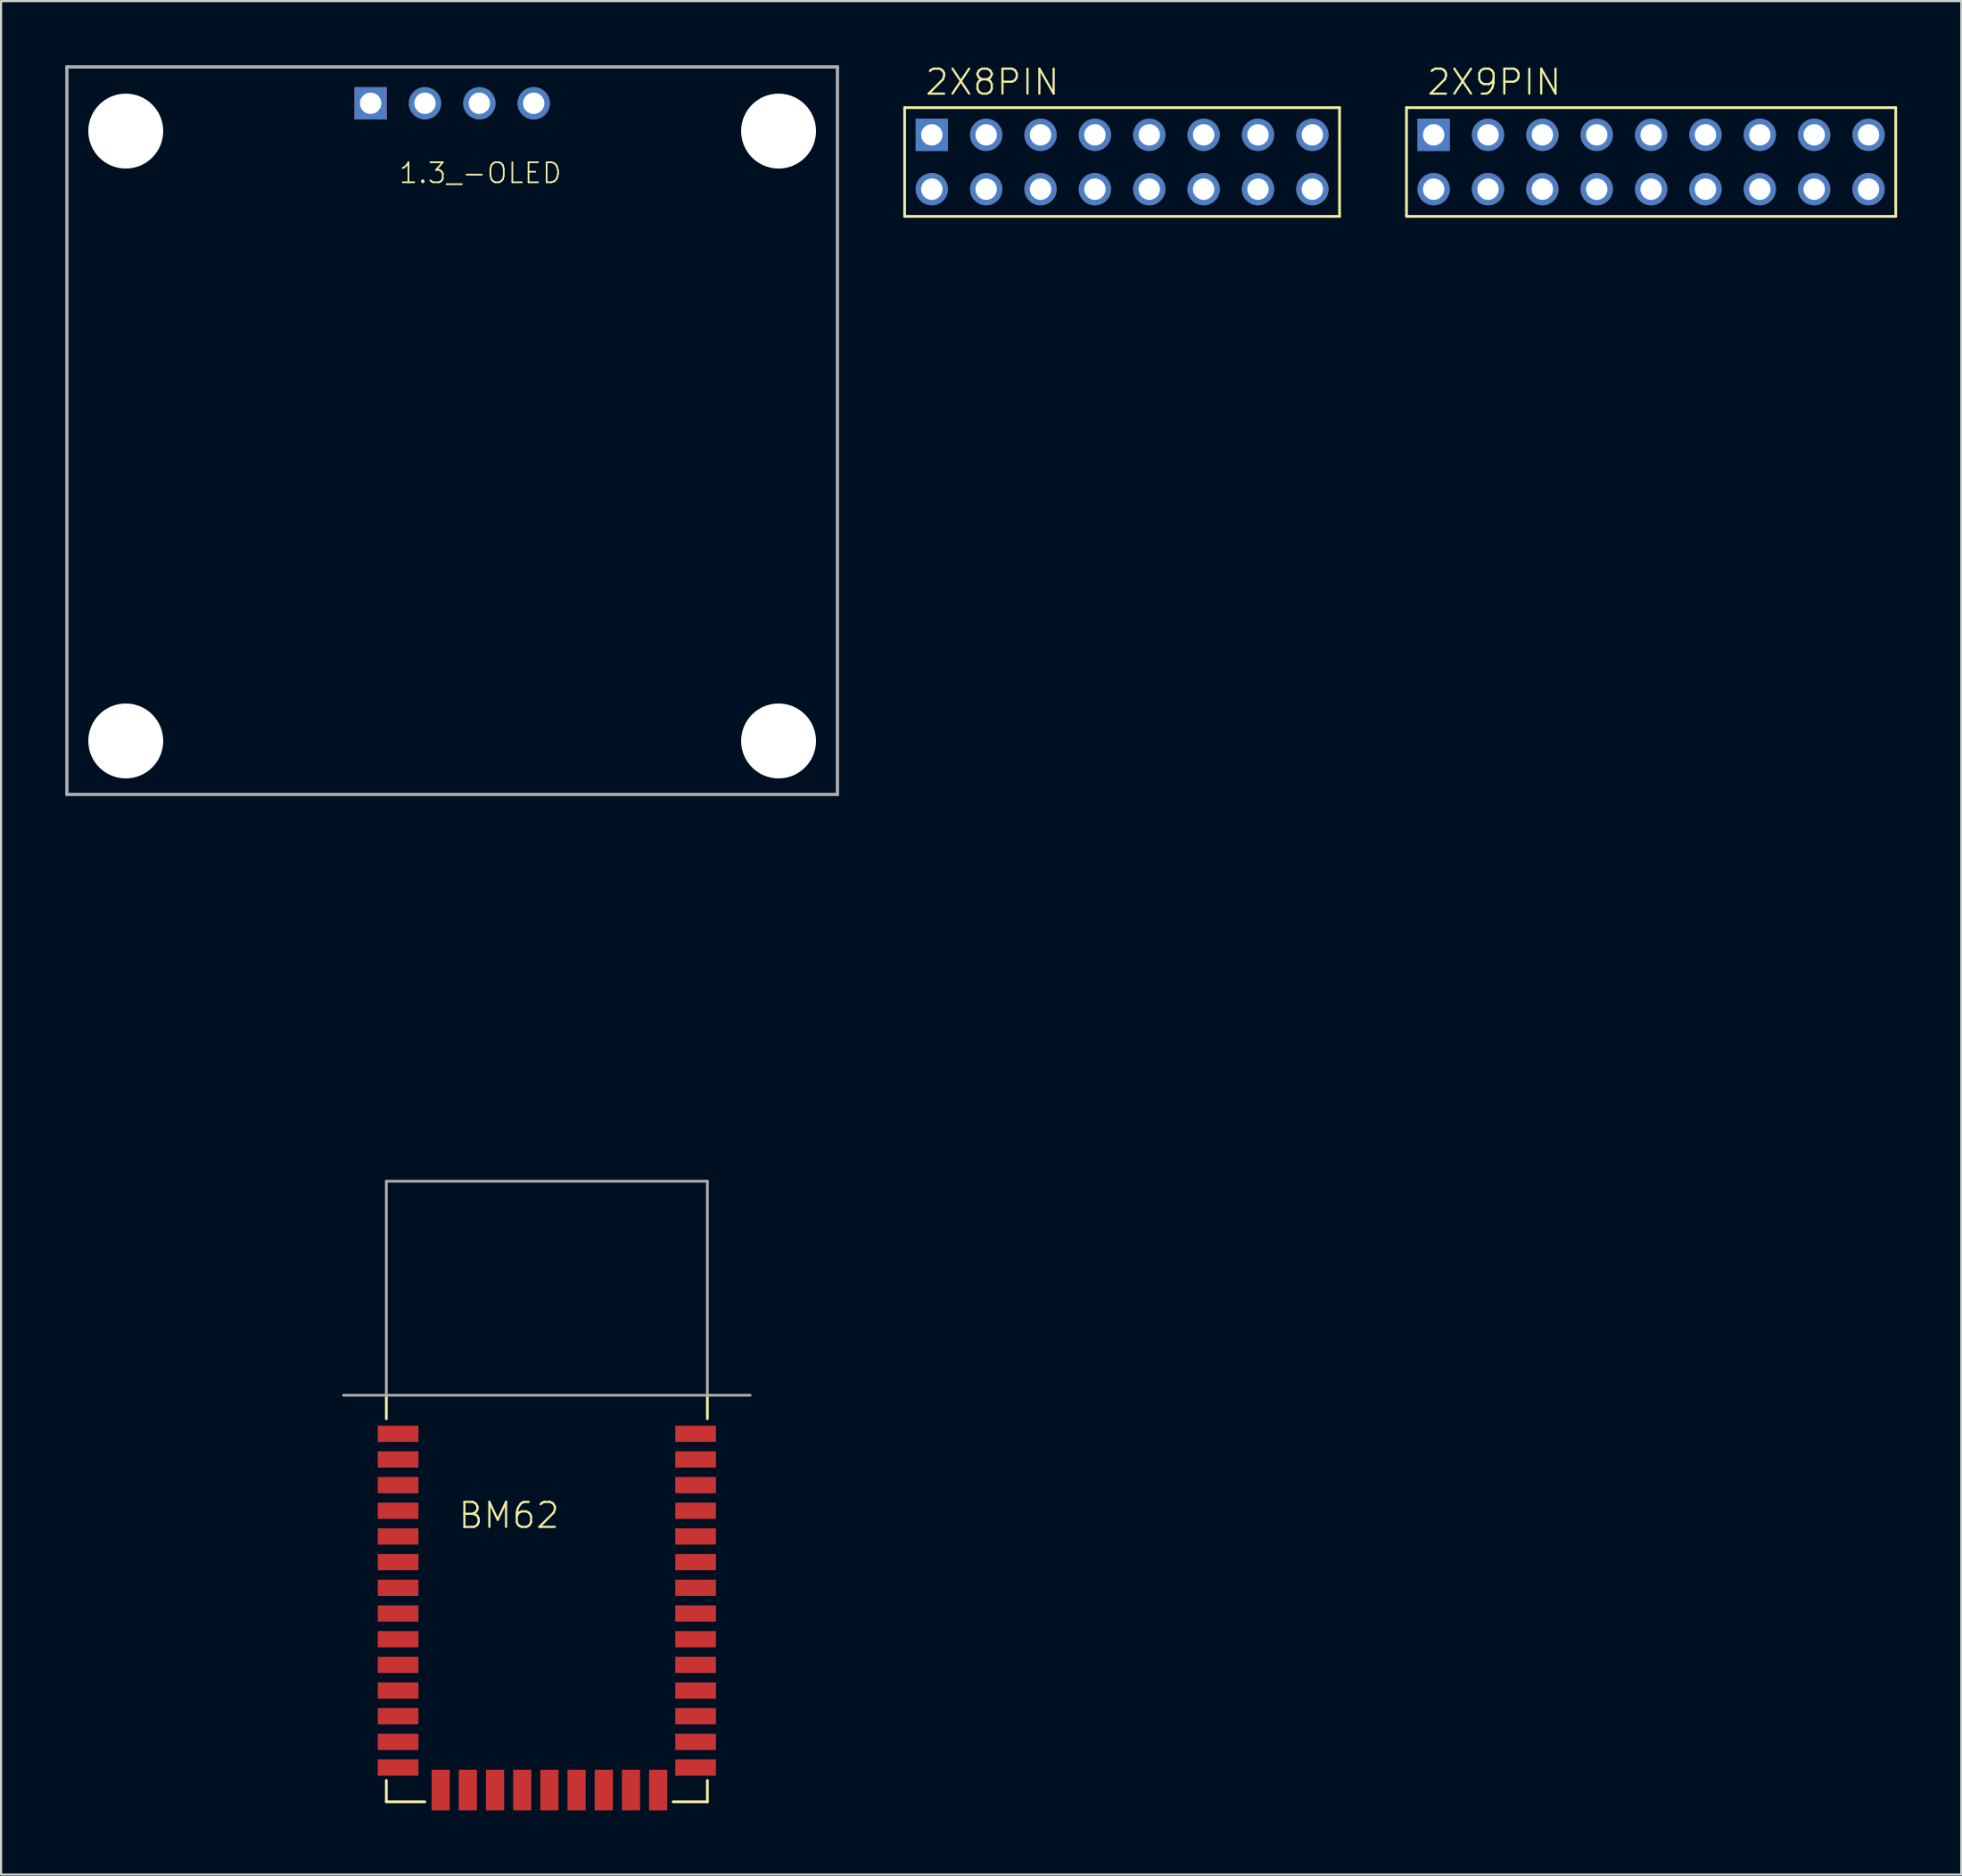
<source format=kicad_pcb>
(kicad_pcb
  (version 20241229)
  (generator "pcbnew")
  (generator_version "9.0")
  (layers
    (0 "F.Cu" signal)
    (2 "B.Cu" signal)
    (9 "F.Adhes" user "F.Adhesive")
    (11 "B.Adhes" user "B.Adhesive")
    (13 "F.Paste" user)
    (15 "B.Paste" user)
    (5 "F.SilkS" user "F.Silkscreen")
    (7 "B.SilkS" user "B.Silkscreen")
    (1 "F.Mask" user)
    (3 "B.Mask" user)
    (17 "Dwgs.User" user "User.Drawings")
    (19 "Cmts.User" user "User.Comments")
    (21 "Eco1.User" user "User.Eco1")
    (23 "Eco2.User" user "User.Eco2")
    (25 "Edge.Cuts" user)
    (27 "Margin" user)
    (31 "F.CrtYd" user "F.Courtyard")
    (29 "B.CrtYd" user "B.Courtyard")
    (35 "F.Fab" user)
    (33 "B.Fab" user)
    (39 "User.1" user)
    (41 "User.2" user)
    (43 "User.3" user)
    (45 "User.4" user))
  (footprint "1.3_-OLED"
    (layer "F.Cu")
    (at 18.076 1.776)
    (property "Reference" "1.3_-OLED" (at -2.54 3.81 0) (layer "F.SilkS") (effects (font (size 0.935 0.935) (thickness 0.081)) (justify left bottom)))
    (fp_line (start -18 -1.7) (end 18 -1.7) (stroke (width 0.152) (type solid)) (layer "F.Fab"))
    (fp_line (start -18 32.3) (end -18 -1.7) (stroke (width 0.152) (type solid)) (layer "F.Fab"))
    (fp_line (start 18 -1.7) (end 18 32.3) (stroke (width 0.152) (type solid)) (layer "F.Fab"))
    (fp_line (start 18 32.3) (end -18 32.3) (stroke (width 0.152) (type solid)) (layer "F.Fab"))
    (pad "" np_thru_hole circle (at -15.25 1.3) (size 3.5 3.5) (drill 3.5) (layers "*.Cu" "*.Mask"))
    (pad "" np_thru_hole circle (at -15.25 29.8) (size 3.5 3.5) (drill 3.5) (layers "*.Cu" "*.Mask"))
    (pad "" np_thru_hole circle (at 15.25 1.3) (size 3.5 3.5) (drill 3.5) (layers "*.Cu" "*.Mask"))
    (pad "" np_thru_hole circle (at 15.25 29.8) (size 3.5 3.5) (drill 3.5) (layers "*.Cu" "*.Mask"))
    (pad "1" thru_hole rect (at -3.81 0) (size 1.508 1.508) (drill 1) (layers "*.Cu" "*.Mask"))
    (pad "2" thru_hole circle (at -1.27 0) (size 1.508 1.508) (drill 1) (layers "*.Cu" "*.Mask"))
    (pad "3" thru_hole circle (at 1.27 0) (size 1.508 1.508) (drill 1) (layers "*.Cu" "*.Mask"))
    (pad "4" thru_hole circle (at 3.81 0) (size 1.508 1.508) (drill 1) (layers "*.Cu" "*.Mask")))
  (footprint "2X8PIN"
    (layer "F.Cu")
    (at 49.376 4.521)
    (property "Reference" "2X8PIN" (at -9.271 -3.048 0) (layer "F.SilkS") (effects (font (size 1.168 1.168) (thickness 0.102)) (justify left bottom)))
    (fp_line (start -10.16 -2.54) (end -10.16 2.54) (stroke (width 0.127) (type solid)) (layer "F.SilkS"))
    (fp_line (start -10.16 2.54) (end 10.16 2.54) (stroke (width 0.127) (type solid)) (layer "F.SilkS"))
    (fp_line (start 10.16 -2.54) (end -10.16 -2.54) (stroke (width 0.127) (type solid)) (layer "F.SilkS"))
    (fp_line (start 10.16 2.54) (end 10.16 -2.54) (stroke (width 0.127) (type solid)) (layer "F.SilkS"))
    (pad "1" thru_hole rect (at -8.89 -1.27) (size 1.508 1.508) (drill 1) (layers "*.Cu" "*.Mask"))
    (pad "2" thru_hole circle (at -8.89 1.27) (size 1.508 1.508) (drill 1) (layers "*.Cu" "*.Mask"))
    (pad "3" thru_hole circle (at -6.35 -1.27) (size 1.508 1.508) (drill 1) (layers "*.Cu" "*.Mask"))
    (pad "4" thru_hole circle (at -6.35 1.27) (size 1.508 1.508) (drill 1) (layers "*.Cu" "*.Mask"))
    (pad "5" thru_hole circle (at -3.81 -1.27) (size 1.508 1.508) (drill 1) (layers "*.Cu" "*.Mask"))
    (pad "6" thru_hole circle (at -3.81 1.27) (size 1.508 1.508) (drill 1) (layers "*.Cu" "*.Mask"))
    (pad "7" thru_hole circle (at -1.27 -1.27) (size 1.508 1.508) (drill 1) (layers "*.Cu" "*.Mask"))
    (pad "8" thru_hole circle (at -1.27 1.27) (size 1.508 1.508) (drill 1) (layers "*.Cu" "*.Mask"))
    (pad "9" thru_hole circle (at 1.27 -1.27) (size 1.508 1.508) (drill 1) (layers "*.Cu" "*.Mask"))
    (pad "10" thru_hole circle (at 1.27 1.27) (size 1.508 1.508) (drill 1) (layers "*.Cu" "*.Mask"))
    (pad "11" thru_hole circle (at 3.81 -1.27) (size 1.508 1.508) (drill 1) (layers "*.Cu" "*.Mask"))
    (pad "12" thru_hole circle (at 3.81 1.27) (size 1.508 1.508) (drill 1) (layers "*.Cu" "*.Mask"))
    (pad "13" thru_hole circle (at 6.35 -1.27) (size 1.508 1.508) (drill 1) (layers "*.Cu" "*.Mask"))
    (pad "14" thru_hole circle (at 6.35 1.27) (size 1.508 1.508) (drill 1) (layers "*.Cu" "*.Mask"))
    (pad "15" thru_hole circle (at 8.89 -1.27) (size 1.508 1.508) (drill 1) (layers "*.Cu" "*.Mask"))
    (pad "16" thru_hole circle (at 8.89 1.27) (size 1.508 1.508) (drill 1) (layers "*.Cu" "*.Mask")))
  (footprint "BM62"
    (layer "F.Cu")
    (at 22.5 62.152)
    (property "Reference" "BM62" (at -4.198 6.3 0) (layer "F.SilkS") (effects (font (size 1.168 1.168) (thickness 0.102)) (justify left bottom)))
    (fp_line (start -7.5 0) (end -7.5 1.1) (stroke (width 0.127) (type solid)) (layer "F.SilkS"))
    (fp_line (start -7.5 19) (end -7.5 18) (stroke (width 0.127) (type solid)) (layer "F.SilkS"))
    (fp_line (start -7.5 19) (end -5.7 19) (stroke (width 0.127) (type solid)) (layer "F.SilkS"))
    (fp_line (start 7.5 0) (end 7.5 1.1) (stroke (width 0.127) (type solid)) (layer "F.SilkS"))
    (fp_line (start 7.5 19) (end 5.9 19) (stroke (width 0.127) (type solid)) (layer "F.SilkS"))
    (fp_line (start 7.5 19) (end 7.5 18) (stroke (width 0.127) (type solid)) (layer "F.SilkS"))
    (fp_line (start -9.5 0) (end -7.5 0) (stroke (width 0.127) (type solid)) (layer "F.Fab"))
    (fp_line (start -7.5 -10) (end 7.5 -10) (stroke (width 0.127) (type solid)) (layer "F.Fab"))
    (fp_line (start -7.5 0) (end -7.5 -10) (stroke (width 0.127) (type solid)) (layer "F.Fab"))
    (fp_line (start -7.5 0) (end 7.5 0) (stroke (width 0.127) (type solid)) (layer "F.Fab"))
    (fp_line (start 7.5 -10) (end 7.5 0) (stroke (width 0.127) (type solid)) (layer "F.Fab"))
    (fp_line (start 7.5 0) (end 9.5 0) (stroke (width 0.127) (type solid)) (layer "F.Fab"))
    (pad "1" smd rect (at -6.95 1.8) (size 1.9 0.76) (layers "F.Cu" "F.Mask" "F.Paste"))
    (pad "2" smd rect (at -6.95 3) (size 1.9 0.76) (layers "F.Cu" "F.Mask" "F.Paste"))
    (pad "3" smd rect (at -6.95 4.2) (size 1.9 0.76) (layers "F.Cu" "F.Mask" "F.Paste"))
    (pad "4" smd rect (at -6.95 5.4) (size 1.9 0.76) (layers "F.Cu" "F.Mask" "F.Paste"))
    (pad "5" smd rect (at -6.95 6.6) (size 1.9 0.76) (layers "F.Cu" "F.Mask" "F.Paste"))
    (pad "6" smd rect (at -6.95 7.8) (size 1.9 0.76) (layers "F.Cu" "F.Mask" "F.Paste"))
    (pad "7" smd rect (at -6.95 9) (size 1.9 0.76) (layers "F.Cu" "F.Mask" "F.Paste"))
    (pad "8" smd rect (at -6.95 10.2) (size 1.9 0.76) (layers "F.Cu" "F.Mask" "F.Paste"))
    (pad "9" smd rect (at -6.95 11.4) (size 1.9 0.76) (layers "F.Cu" "F.Mask" "F.Paste"))
    (pad "10" smd rect (at -6.95 12.6) (size 1.9 0.76) (layers "F.Cu" "F.Mask" "F.Paste"))
    (pad "11" smd rect (at -6.95 13.8) (size 1.9 0.76) (layers "F.Cu" "F.Mask" "F.Paste"))
    (pad "12" smd rect (at -6.95 15) (size 1.9 0.76) (layers "F.Cu" "F.Mask" "F.Paste"))
    (pad "13" smd rect (at -6.95 16.2) (size 1.9 0.76) (layers "F.Cu" "F.Mask" "F.Paste"))
    (pad "14" smd rect (at -6.95 17.4) (size 1.9 0.76) (layers "F.Cu" "F.Mask" "F.Paste"))
    (pad "15" smd rect (at -4.96 18.45) (size 0.85 1.9) (layers "F.Cu" "F.Mask" "F.Paste"))
    (pad "16" smd rect (at -3.69 18.45) (size 0.85 1.9) (layers "F.Cu" "F.Mask" "F.Paste"))
    (pad "17" smd rect (at -2.42 18.45) (size 0.85 1.9) (layers "F.Cu" "F.Mask" "F.Paste"))
    (pad "18" smd rect (at -1.15 18.45) (size 0.85 1.9) (layers "F.Cu" "F.Mask" "F.Paste"))
    (pad "19" smd rect (at 0.12 18.45) (size 0.85 1.9) (layers "F.Cu" "F.Mask" "F.Paste"))
    (pad "20" smd rect (at 1.39 18.45) (size 0.85 1.9) (layers "F.Cu" "F.Mask" "F.Paste"))
    (pad "21" smd rect (at 2.66 18.45) (size 0.85 1.9) (layers "F.Cu" "F.Mask" "F.Paste"))
    (pad "22" smd rect (at 3.93 18.45) (size 0.85 1.9) (layers "F.Cu" "F.Mask" "F.Paste"))
    (pad "23" smd rect (at 5.2 18.45) (size 0.85 1.9) (layers "F.Cu" "F.Mask" "F.Paste"))
    (pad "24" smd rect (at 6.95 17.4 180) (size 1.9 0.76) (layers "F.Cu" "F.Mask" "F.Paste"))
    (pad "25" smd rect (at 6.95 16.2 180) (size 1.9 0.76) (layers "F.Cu" "F.Mask" "F.Paste"))
    (pad "26" smd rect (at 6.95 15 180) (size 1.9 0.76) (layers "F.Cu" "F.Mask" "F.Paste"))
    (pad "27" smd rect (at 6.95 13.8 180) (size 1.9 0.76) (layers "F.Cu" "F.Mask" "F.Paste"))
    (pad "28" smd rect (at 6.95 12.6 180) (size 1.9 0.76) (layers "F.Cu" "F.Mask" "F.Paste"))
    (pad "29" smd rect (at 6.95 11.4 180) (size 1.9 0.76) (layers "F.Cu" "F.Mask" "F.Paste"))
    (pad "30" smd rect (at 6.95 10.2 180) (size 1.9 0.76) (layers "F.Cu" "F.Mask" "F.Paste"))
    (pad "31" smd rect (at 6.95 9 180) (size 1.9 0.76) (layers "F.Cu" "F.Mask" "F.Paste"))
    (pad "32" smd rect (at 6.95 7.8 180) (size 1.9 0.76) (layers "F.Cu" "F.Mask" "F.Paste"))
    (pad "33" smd rect (at 6.95 6.6 180) (size 1.9 0.76) (layers "F.Cu" "F.Mask" "F.Paste"))
    (pad "34" smd rect (at 6.95 5.4 180) (size 1.9 0.76) (layers "F.Cu" "F.Mask" "F.Paste"))
    (pad "35" smd rect (at 6.95 4.2 180) (size 1.9 0.76) (layers "F.Cu" "F.Mask" "F.Paste"))
    (pad "36" smd rect (at 6.95 3 180) (size 1.9 0.76) (layers "F.Cu" "F.Mask" "F.Paste"))
    (pad "37" smd rect (at 6.95 1.8 180) (size 1.9 0.76) (layers "F.Cu" "F.Mask" "F.Paste"))
    (zone (net_name "") (layer "F.Cu") (hatch edge 0.5) (connect_pads) (min_thickness 0.25) (filled_areas_thickness no) (keepout (tracks not_allowed) (vias not_allowed) (pads not_allowed) (copperpour not_allowed) (footprints allowed)) (placement (enabled no)) (fill) (polygon (pts (xy 0 62.152) (xy 45 62.152) (xy 45 37.152) (xy 0 37.152))))
    (zone (net_name "") (layer "F.Cu") (hatch edge 0.5) (connect_pads) (min_thickness 0.25) (filled_areas_thickness no) (keepout (tracks not_allowed) (vias not_allowed) (pads not_allowed) (copperpour not_allowed) (footprints allowed)) (placement (enabled no)) (fill) (polygon (pts (xy 21.3 65.652) (xy 26.3 65.652) (xy 26.3 62.152) (xy 21.3 62.152))))
    (zone (net_name "") (layers "F.Cu" "B.Cu") (hatch edge 0.5) (connect_pads) (min_thickness 0.25) (filled_areas_thickness no) (keepout (tracks allowed) (vias not_allowed) (pads allowed) (copperpour allowed) (footprints allowed)) (placement (enabled no)) (fill) (polygon (pts (xy 0 62.152) (xy 45 62.152) (xy 45 37.152) (xy 0 37.152))))
    (zone (net_name "") (layers "F.Cu" "B.Cu") (hatch edge 0.5) (connect_pads) (min_thickness 0.25) (filled_areas_thickness no) (keepout (tracks allowed) (vias not_allowed) (pads allowed) (copperpour allowed) (footprints allowed)) (placement (enabled no)) (fill) (polygon (pts (xy 21.3 65.652) (xy 26.3 65.652) (xy 26.3 62.152) (xy 21.3 62.152))))
    (zone (net_name "") (layer "B.Cu") (hatch edge 0.5) (connect_pads) (min_thickness 0.25) (filled_areas_thickness no) (keepout (tracks not_allowed) (vias not_allowed) (pads not_allowed) (copperpour not_allowed) (footprints allowed)) (placement (enabled no)) (fill) (polygon (pts (xy 0 62.152) (xy 45 62.152) (xy 45 37.152) (xy 0 37.152))))
    (zone (net_name "") (layer "B.Cu") (hatch edge 0.5) (connect_pads) (min_thickness 0.25) (filled_areas_thickness no) (keepout (tracks not_allowed) (vias not_allowed) (pads not_allowed) (copperpour not_allowed) (footprints allowed)) (placement (enabled no)) (fill) (polygon (pts (xy 21.3 65.652) (xy 26.3 65.652) (xy 26.3 62.152) (xy 21.3 62.152)))))
  (footprint "2X9PIN"
    (layer "F.Cu")
    (at 72.823 4.521)
    (property "Reference" "2X9PIN" (at -9.271 -3.048 0) (layer "F.SilkS") (effects (font (size 1.168 1.168) (thickness 0.102)) (justify left bottom)))
    (fp_line (start -10.16 -2.54) (end -10.16 2.54) (stroke (width 0.127) (type solid)) (layer "F.SilkS"))
    (fp_line (start -10.16 2.54) (end 12.7 2.54) (stroke (width 0.127) (type solid)) (layer "F.SilkS"))
    (fp_line (start 12.7 -2.54) (end -10.16 -2.54) (stroke (width 0.127) (type solid)) (layer "F.SilkS"))
    (fp_line (start 12.7 2.54) (end 12.7 -2.54) (stroke (width 0.127) (type solid)) (layer "F.SilkS"))
    (pad "1" thru_hole rect (at -8.89 -1.27) (size 1.508 1.508) (drill 1) (layers "*.Cu" "*.Mask"))
    (pad "2" thru_hole circle (at -8.89 1.27) (size 1.508 1.508) (drill 1) (layers "*.Cu" "*.Mask"))
    (pad "3" thru_hole circle (at -6.35 -1.27) (size 1.508 1.508) (drill 1) (layers "*.Cu" "*.Mask"))
    (pad "4" thru_hole circle (at -6.35 1.27) (size 1.508 1.508) (drill 1) (layers "*.Cu" "*.Mask"))
    (pad "5" thru_hole circle (at -3.81 -1.27) (size 1.508 1.508) (drill 1) (layers "*.Cu" "*.Mask"))
    (pad "6" thru_hole circle (at -3.81 1.27) (size 1.508 1.508) (drill 1) (layers "*.Cu" "*.Mask"))
    (pad "7" thru_hole circle (at -1.27 -1.27) (size 1.508 1.508) (drill 1) (layers "*.Cu" "*.Mask"))
    (pad "8" thru_hole circle (at -1.27 1.27) (size 1.508 1.508) (drill 1) (layers "*.Cu" "*.Mask"))
    (pad "9" thru_hole circle (at 1.27 -1.27) (size 1.508 1.508) (drill 1) (layers "*.Cu" "*.Mask"))
    (pad "10" thru_hole circle (at 1.27 1.27) (size 1.508 1.508) (drill 1) (layers "*.Cu" "*.Mask"))
    (pad "11" thru_hole circle (at 3.81 -1.27) (size 1.508 1.508) (drill 1) (layers "*.Cu" "*.Mask"))
    (pad "12" thru_hole circle (at 3.81 1.27) (size 1.508 1.508) (drill 1) (layers "*.Cu" "*.Mask"))
    (pad "13" thru_hole circle (at 6.35 -1.27) (size 1.508 1.508) (drill 1) (layers "*.Cu" "*.Mask"))
    (pad "14" thru_hole circle (at 6.35 1.27) (size 1.508 1.508) (drill 1) (layers "*.Cu" "*.Mask"))
    (pad "15" thru_hole circle (at 8.89 -1.27) (size 1.508 1.508) (drill 1) (layers "*.Cu" "*.Mask"))
    (pad "16" thru_hole circle (at 8.89 1.27) (size 1.508 1.508) (drill 1) (layers "*.Cu" "*.Mask"))
    (pad "17" thru_hole circle (at 11.43 -1.27) (size 1.508 1.508) (drill 1) (layers "*.Cu" "*.Mask"))
    (pad "18" thru_hole circle (at 11.43 1.27) (size 1.508 1.508) (drill 1) (layers "*.Cu" "*.Mask")))
  (gr_rect
    (start -3 -3)
    (end 88.586 84.552)
    (stroke (width 0.1) (type default))
    (fill no)
    (layer "Edge.Cuts")))
</source>
